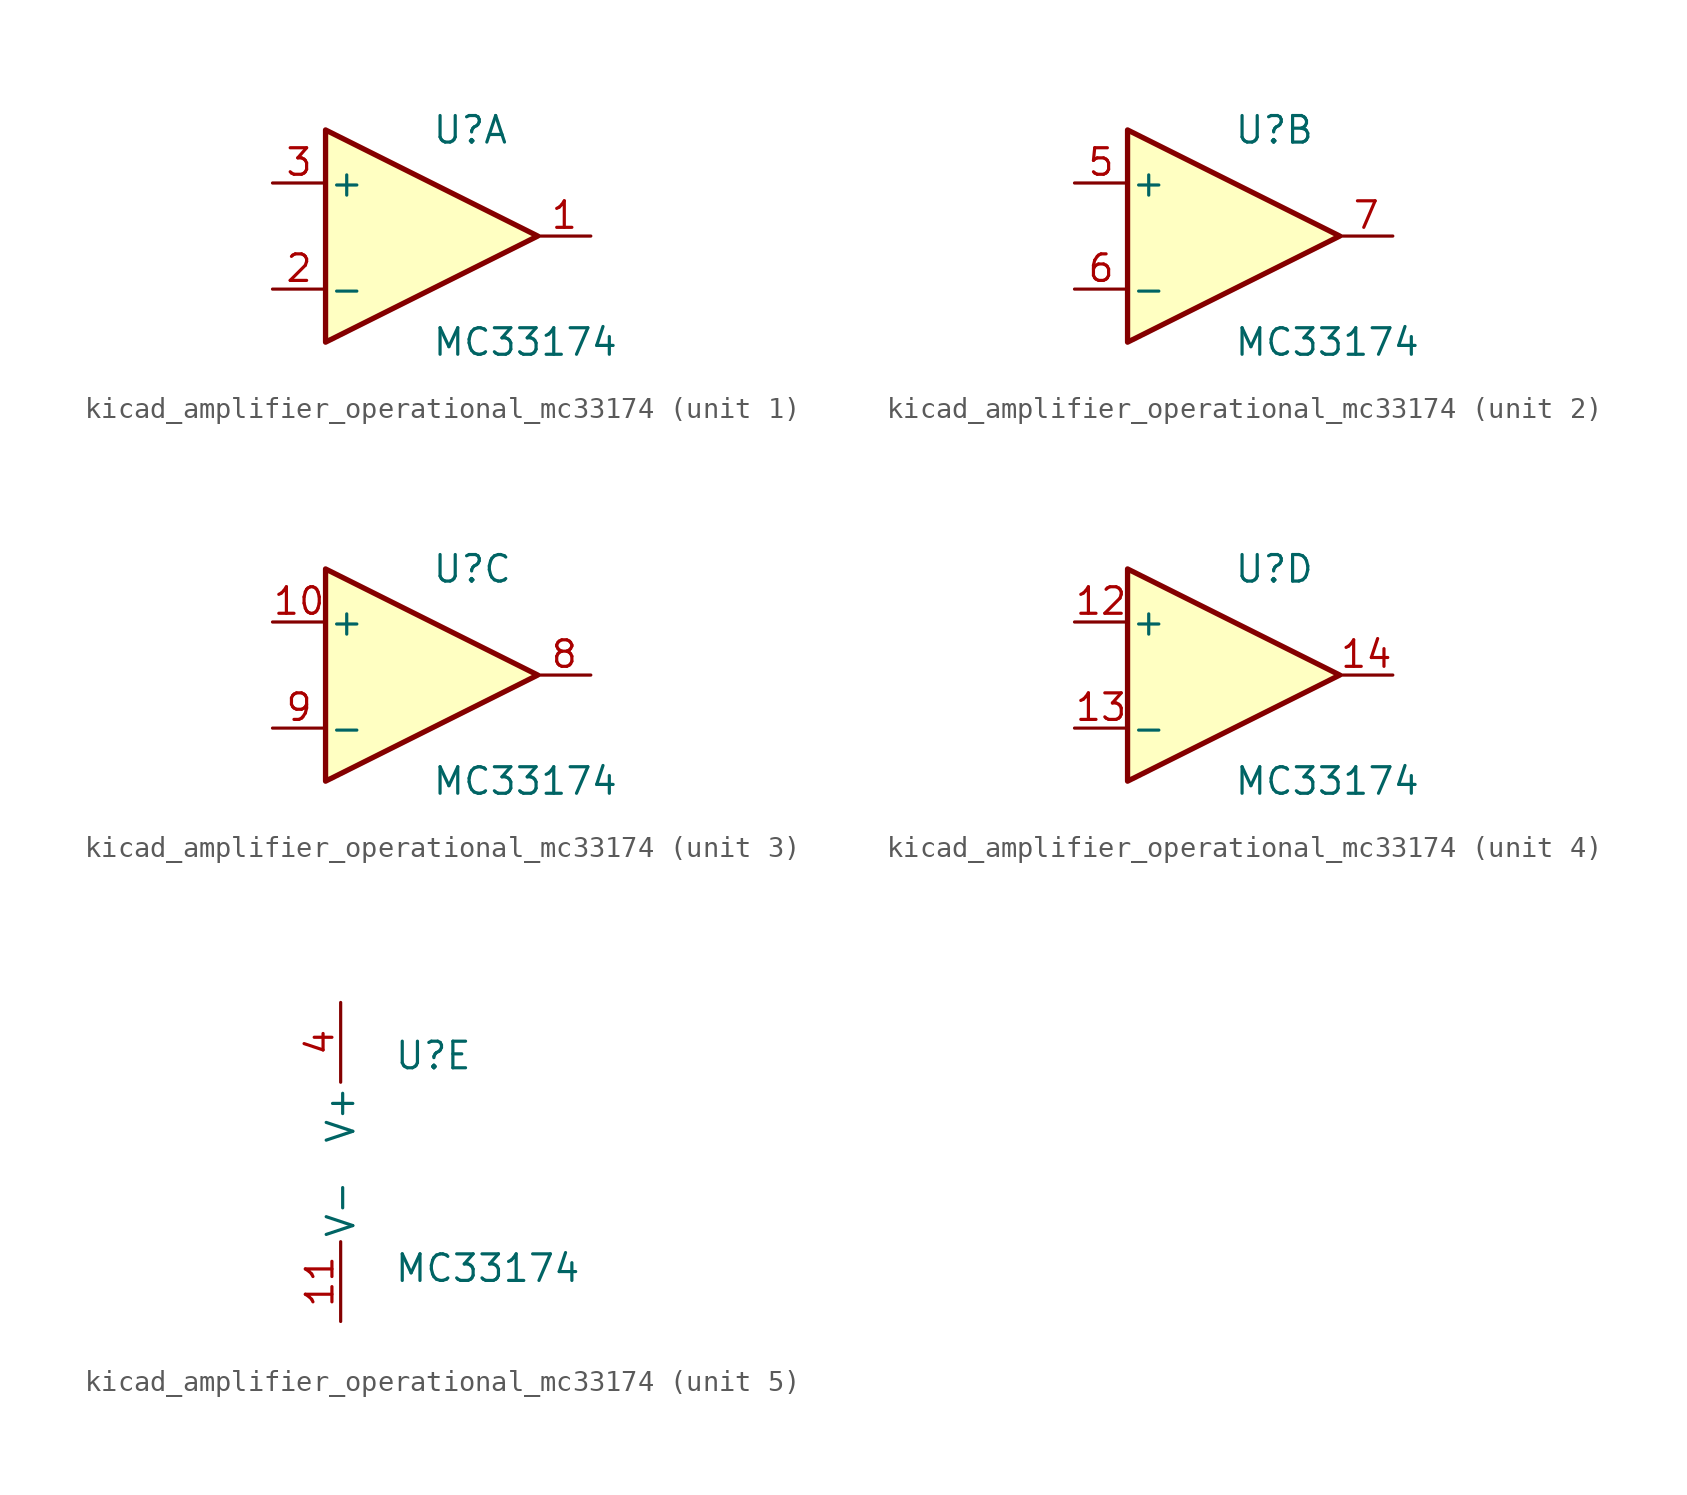
<source format=kicad_sym>
(kicad_symbol_lib
  (version 20220914)
  (generator kicad_symbol_editor)
  (symbol "kicad_amplifier_operational_mc33174"
    (pin_names
      (offset 0.127))
    (property "Reference" "U"
      (at 0 5.08 0)
      (effects (font (size 1.27 1.27)) (justify left)))
    (property "Value" "MC33174"
      (at 0 -5.08 0)
      (effects (font (size 1.27 1.27)) (justify left)))
    (property "ki_locked" ""
      (at 0 0 0)
      (effects (font (size 1.27 1.27))))
    (symbol "kicad_amplifier_operational_mc33174_1_1"
      (polyline (pts (xy -5.08 5.08) (xy 5.08 0) (xy -5.08 -5.08) (xy -5.08 5.08)) (stroke (width 0.254) (type default)) (fill (type background)))
      (pin output line (at 7.62 0 180) (length 2.54) (name "~" (effects (font (size 1.27 1.27)))) (number "1" (effects (font (size 1.27 1.27)))))
      (pin input line (at -7.62 -2.54 0) (length 2.54) (name "-" (effects (font (size 1.27 1.27)))) (number "2" (effects (font (size 1.27 1.27)))))
      (pin input line (at -7.62 2.54 0) (length 2.54) (name "+" (effects (font (size 1.27 1.27)))) (number "3" (effects (font (size 1.27 1.27))))))
    (symbol "kicad_amplifier_operational_mc33174_2_1"
      (polyline (pts (xy -5.08 5.08) (xy 5.08 0) (xy -5.08 -5.08) (xy -5.08 5.08)) (stroke (width 0.254) (type default)) (fill (type background)))
      (pin input line (at -7.62 2.54 0) (length 2.54) (name "+" (effects (font (size 1.27 1.27)))) (number "5" (effects (font (size 1.27 1.27)))))
      (pin input line (at -7.62 -2.54 0) (length 2.54) (name "-" (effects (font (size 1.27 1.27)))) (number "6" (effects (font (size 1.27 1.27)))))
      (pin output line (at 7.62 0 180) (length 2.54) (name "~" (effects (font (size 1.27 1.27)))) (number "7" (effects (font (size 1.27 1.27))))))
    (symbol "kicad_amplifier_operational_mc33174_3_1"
      (polyline (pts (xy -5.08 5.08) (xy 5.08 0) (xy -5.08 -5.08) (xy -5.08 5.08)) (stroke (width 0.254) (type default)) (fill (type background)))
      (pin input line (at -7.62 2.54 0) (length 2.54) (name "+" (effects (font (size 1.27 1.27)))) (number "10" (effects (font (size 1.27 1.27)))))
      (pin output line (at 7.62 0 180) (length 2.54) (name "~" (effects (font (size 1.27 1.27)))) (number "8" (effects (font (size 1.27 1.27)))))
      (pin input line (at -7.62 -2.54 0) (length 2.54) (name "-" (effects (font (size 1.27 1.27)))) (number "9" (effects (font (size 1.27 1.27))))))
    (symbol "kicad_amplifier_operational_mc33174_4_1"
      (polyline (pts (xy -5.08 5.08) (xy 5.08 0) (xy -5.08 -5.08) (xy -5.08 5.08)) (stroke (width 0.254) (type default)) (fill (type background)))
      (pin input line (at -7.62 2.54 0) (length 2.54) (name "+" (effects (font (size 1.27 1.27)))) (number "12" (effects (font (size 1.27 1.27)))))
      (pin input line (at -7.62 -2.54 0) (length 2.54) (name "-" (effects (font (size 1.27 1.27)))) (number "13" (effects (font (size 1.27 1.27)))))
      (pin output line (at 7.62 0 180) (length 2.54) (name "~" (effects (font (size 1.27 1.27)))) (number "14" (effects (font (size 1.27 1.27))))))
    (symbol "kicad_amplifier_operational_mc33174_5_1"
      (pin power_in line (at -2.54 -7.62 90) (length 3.81) (name "V-" (effects (font (size 1.27 1.27)))) (number "11" (effects (font (size 1.27 1.27)))))
      (pin power_in line (at -2.54 7.62 270) (length 3.81) (name "V+" (effects (font (size 1.27 1.27)))) (number "4" (effects (font (size 1.27 1.27))))))))
</source>
